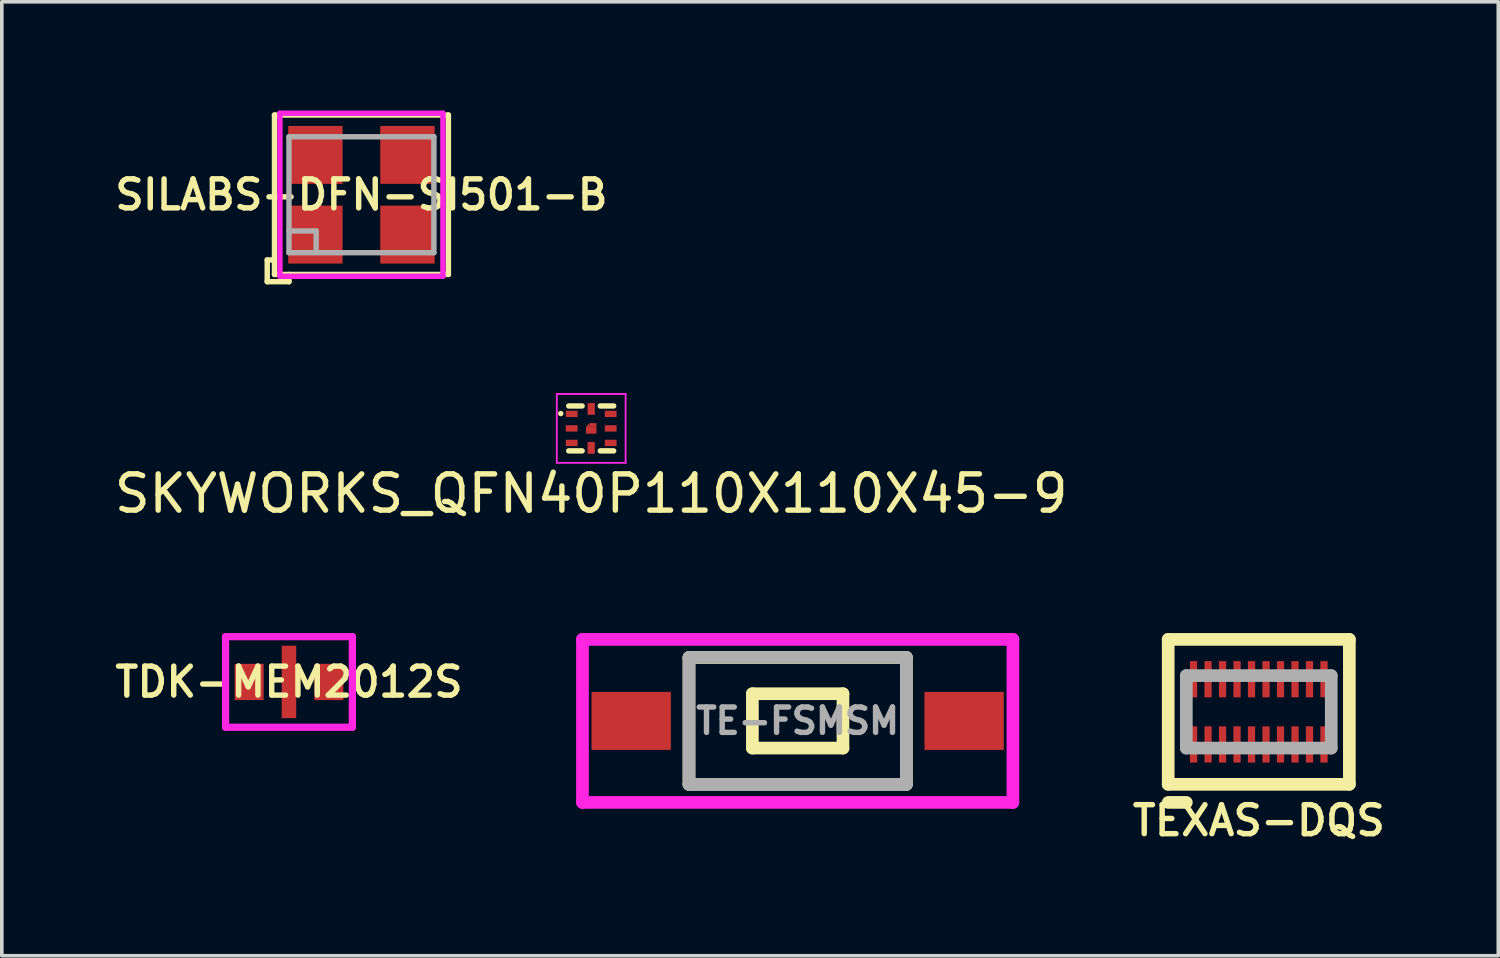
<source format=kicad_pcb>
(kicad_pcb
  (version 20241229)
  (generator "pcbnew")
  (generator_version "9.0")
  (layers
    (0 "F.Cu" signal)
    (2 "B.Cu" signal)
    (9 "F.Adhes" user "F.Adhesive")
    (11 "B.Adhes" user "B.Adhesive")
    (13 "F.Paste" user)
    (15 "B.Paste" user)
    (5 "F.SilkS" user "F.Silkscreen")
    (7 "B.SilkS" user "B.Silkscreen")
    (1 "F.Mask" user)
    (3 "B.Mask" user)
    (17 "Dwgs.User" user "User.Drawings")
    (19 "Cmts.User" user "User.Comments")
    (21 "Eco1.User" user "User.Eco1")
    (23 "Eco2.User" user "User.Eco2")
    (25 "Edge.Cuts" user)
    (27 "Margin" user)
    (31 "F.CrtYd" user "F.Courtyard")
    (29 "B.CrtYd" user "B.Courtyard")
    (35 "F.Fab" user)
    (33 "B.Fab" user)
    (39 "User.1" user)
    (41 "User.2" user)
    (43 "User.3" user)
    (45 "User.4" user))
  (footprint "SILABS-DFN-SI501-B"
    (layer "F.Cu")
    (at 6.926 2.325)
    (property "Reference" "SILABS-DFN-SI501-B" (at 0 0 0) (layer "F.SilkS") (effects (font (size 0.8 0.8) (thickness 0.15))))
    (attr smd)
    (fp_line (start -2.6 1.8) (end -2.6 2.4) (stroke (width 0.15) (type solid)) (layer "F.SilkS"))
    (fp_line (start -2.6 2.4) (end -2 2.4) (stroke (width 0.15) (type solid)) (layer "F.SilkS"))
    (fp_line (start -2.4 -2.2) (end 2.4 -2.2) (stroke (width 0.15) (type solid)) (layer "F.SilkS"))
    (fp_line (start -2.4 1.8) (end -2.6 1.8) (stroke (width 0.15) (type solid)) (layer "F.SilkS"))
    (fp_line (start -2.4 2.2) (end -2.4 -2.2) (stroke (width 0.15) (type solid)) (layer "F.SilkS"))
    (fp_line (start -2 2.4) (end -2 2.2) (stroke (width 0.15) (type solid)) (layer "F.SilkS"))
    (fp_line (start 2.4 -2.2) (end 2.4 2.2) (stroke (width 0.15) (type solid)) (layer "F.SilkS"))
    (fp_line (start 2.4 2.2) (end -2.4 2.2) (stroke (width 0.15) (type solid)) (layer "F.SilkS"))
    (fp_line (start -2.25 -2.25) (end -2.25 2.25) (stroke (width 0.15) (type solid)) (layer "F.CrtYd"))
    (fp_line (start -2.25 2.25) (end 2.25 2.25) (stroke (width 0.15) (type solid)) (layer "F.CrtYd"))
    (fp_line (start 2.25 -2.25) (end -2.25 -2.25) (stroke (width 0.15) (type solid)) (layer "F.CrtYd"))
    (fp_line (start 2.25 2.25) (end 2.25 -2.25) (stroke (width 0.15) (type solid)) (layer "F.CrtYd"))
    (fp_line (start -2 -1.6) (end 2 -1.6) (stroke (width 0.15) (type solid)) (layer "F.Fab"))
    (fp_line (start -2 1) (end -1.25 1) (stroke (width 0.15) (type solid)) (layer "F.Fab"))
    (fp_line (start -2 1.6) (end -2 -1.6) (stroke (width 0.15) (type solid)) (layer "F.Fab"))
    (fp_line (start -1.25 1) (end -1.25 1.5) (stroke (width 0.15) (type solid)) (layer "F.Fab"))
    (fp_line (start 2 -1.6) (end 2 1.6) (stroke (width 0.15) (type solid)) (layer "F.Fab"))
    (fp_line (start 2 1.6) (end -2 1.6) (stroke (width 0.15) (type solid)) (layer "F.Fab"))
    (pad "1" smd rect (at -1.27 1.1) (size 1.5 1.6) (layers "F.Cu" "F.Mask" "F.Paste"))
    (pad "2" smd rect (at 1.27 1.1) (size 1.5 1.6) (layers "F.Cu" "F.Mask" "F.Paste"))
    (pad "3" smd rect (at 1.27 -1.1) (size 1.5 1.6) (layers "F.Cu" "F.Mask" "F.Paste"))
    (pad "4" smd rect (at -1.27 -1.1) (size 1.5 1.6) (layers "F.Cu" "F.Mask" "F.Paste")))
  (footprint "TE-FSMSM"
    (layer "F.Cu")
    (at 18.967 16.848)
    (property "Reference" "TE-FSMSM" (at 0 0 0) (layer "F.Fab") (effects (font (size 0.7 0.7) (thickness 0.15))))
    (attr smd)
    (fp_line (start -3 -1.75) (end 3 -1.75) (stroke (width 0.35) (type solid)) (layer "F.SilkS"))
    (fp_line (start -3 1.75) (end -3 -1.75) (stroke (width 0.35) (type solid)) (layer "F.SilkS"))
    (fp_line (start -1.25 -0.75) (end 1.25 -0.75) (stroke (width 0.35) (type solid)) (layer "F.SilkS"))
    (fp_line (start -1.25 0.75) (end -1.25 -0.75) (stroke (width 0.35) (type solid)) (layer "F.SilkS"))
    (fp_line (start 1.25 -0.75) (end 1.25 0.75) (stroke (width 0.35) (type solid)) (layer "F.SilkS"))
    (fp_line (start 1.25 0.75) (end -1.25 0.75) (stroke (width 0.35) (type solid)) (layer "F.SilkS"))
    (fp_line (start 3 -1.75) (end 3 1.75) (stroke (width 0.35) (type solid)) (layer "F.SilkS"))
    (fp_line (start 3 1.75) (end -3 1.75) (stroke (width 0.35) (type solid)) (layer "F.SilkS"))
    (fp_line (start -5.94 -2.25) (end -5.94 2.25) (stroke (width 0.35) (type solid)) (layer "F.CrtYd"))
    (fp_line (start -5.94 2.25) (end 5.94 2.25) (stroke (width 0.35) (type solid)) (layer "F.CrtYd"))
    (fp_line (start 5.94 -2.25) (end -5.94 -2.25) (stroke (width 0.35) (type solid)) (layer "F.CrtYd"))
    (fp_line (start 5.94 2.25) (end 5.94 -2.25) (stroke (width 0.35) (type solid)) (layer "F.CrtYd"))
    (fp_line (start -3 -1.75) (end 3 -1.75) (stroke (width 0.35) (type solid)) (layer "F.Fab"))
    (fp_line (start -3 1.75) (end -3 -1.75) (stroke (width 0.35) (type solid)) (layer "F.Fab"))
    (fp_line (start 3 -1.75) (end 3 1.75) (stroke (width 0.35) (type solid)) (layer "F.Fab"))
    (fp_line (start 3 1.75) (end -3 1.75) (stroke (width 0.35) (type solid)) (layer "F.Fab"))
    (pad "1" smd rect (at -4.595 0) (size 2.19 1.6) (layers "F.Cu" "F.Mask" "F.Paste"))
    (pad "2" smd rect (at 4.595 0) (size 2.19 1.6) (layers "F.Cu" "F.Mask" "F.Paste")))
  (footprint "TEXAS-DQS"
    (layer "F.Cu")
    (at 31.694 16.598)
    (property "Reference" "TEXAS-DQS" (at 0 3 0) (layer "F.SilkS") (effects (font (size 0.8 0.8) (thickness 0.15))))
    (attr smd)
    (fp_line (start -2.5 -2) (end 2.5 -2) (stroke (width 0.35) (type solid)) (layer "F.SilkS"))
    (fp_line (start -2.5 2) (end -2.5 -2) (stroke (width 0.35) (type solid)) (layer "F.SilkS"))
    (fp_line (start -2.5 2.5) (end -2 2.5) (stroke (width 0.35) (type solid)) (layer "F.SilkS"))
    (fp_line (start 2.5 -2) (end 2.5 2) (stroke (width 0.35) (type solid)) (layer "F.SilkS"))
    (fp_line (start 2.5 2) (end -2.5 2) (stroke (width 0.35) (type solid)) (layer "F.SilkS"))
    (fp_line (start -2 -1) (end 2 -1) (stroke (width 0.35) (type solid)) (layer "F.Fab"))
    (fp_line (start -2 1) (end -2 -1) (stroke (width 0.35) (type solid)) (layer "F.Fab"))
    (fp_line (start 2 -1) (end 2 1) (stroke (width 0.35) (type solid)) (layer "F.Fab"))
    (fp_line (start 2 1) (end -2 1) (stroke (width 0.35) (type solid)) (layer "F.Fab"))
    (pad "1" smd rect (at -1.8 0.9) (size 0.2 1) (layers "F.Cu" "F.Mask" "F.Paste"))
    (pad "2" smd rect (at -1.4 0.9) (size 0.2 1) (layers "F.Cu" "F.Mask" "F.Paste"))
    (pad "3" smd rect (at -1 0.9) (size 0.2 1) (layers "F.Cu" "F.Mask" "F.Paste"))
    (pad "4" smd rect (at -0.6 0.9) (size 0.2 1) (layers "F.Cu" "F.Mask" "F.Paste"))
    (pad "5" smd rect (at -0.2 0.9) (size 0.2 1) (layers "F.Cu" "F.Mask" "F.Paste"))
    (pad "6" smd rect (at 0.2 0.9) (size 0.2 1) (layers "F.Cu" "F.Mask" "F.Paste"))
    (pad "7" smd rect (at 0.6 0.9) (size 0.2 1) (layers "F.Cu" "F.Mask" "F.Paste"))
    (pad "8" smd rect (at 1 0.9) (size 0.2 1) (layers "F.Cu" "F.Mask" "F.Paste"))
    (pad "9" smd rect (at 1.4 0.9) (size 0.2 1) (layers "F.Cu" "F.Mask" "F.Paste"))
    (pad "10" smd rect (at 1.8 0.9) (size 0.2 1) (layers "F.Cu" "F.Mask" "F.Paste"))
    (pad "11" smd rect (at 1.8 -0.9) (size 0.2 1) (layers "F.Cu" "F.Mask" "F.Paste"))
    (pad "12" smd rect (at 1.4 -0.9) (size 0.2 1) (layers "F.Cu" "F.Mask" "F.Paste"))
    (pad "13" smd rect (at 1 -0.9) (size 0.2 1) (layers "F.Cu" "F.Mask" "F.Paste"))
    (pad "14" smd rect (at 0.6 -0.9) (size 0.2 1) (layers "F.Cu" "F.Mask" "F.Paste"))
    (pad "15" smd rect (at 0.2 -0.9) (size 0.2 1) (layers "F.Cu" "F.Mask" "F.Paste"))
    (pad "16" smd rect (at -0.2 -0.9) (size 0.2 1) (layers "F.Cu" "F.Mask" "F.Paste"))
    (pad "17" smd rect (at -0.6 -0.9) (size 0.2 1) (layers "F.Cu" "F.Mask" "F.Paste"))
    (pad "18" smd rect (at -1 -0.9) (size 0.2 1) (layers "F.Cu" "F.Mask" "F.Paste"))
    (pad "19" smd rect (at -1.4 -0.9) (size 0.2 1) (layers "F.Cu" "F.Mask" "F.Paste"))
    (pad "20" smd rect (at -1.8 -0.9) (size 0.2 1) (layers "F.Cu" "F.Mask" "F.Paste")))
  (footprint "SKYWORKS_QFN40P110X110X45-9"
    (layer "F.Cu")
    (at 13.268 8.775)
    (property "Reference" "SKYWORKS_QFN40P110X110X45-9" (at 0 1.8 0) (layer "F.SilkS") (effects (font (size 1 1) (thickness 0.15))))
    (attr through_hole)
    (fp_line (start -0.84 -0.41) (end -0.84 -0.41) (stroke (width 0.15) (type solid)) (layer "F.SilkS"))
    (fp_line (start -0.62 -0.62) (end -0.25 -0.62) (stroke (width 0.15) (type solid)) (layer "F.SilkS"))
    (fp_line (start -0.62 0.62) (end -0.25 0.62) (stroke (width 0.15) (type solid)) (layer "F.SilkS"))
    (fp_line (start 0.25 -0.62) (end 0.62 -0.62) (stroke (width 0.15) (type solid)) (layer "F.SilkS"))
    (fp_line (start 0.25 0.62) (end 0.62 0.62) (stroke (width 0.15) (type solid)) (layer "F.SilkS"))
    (fp_line (start -0.95 -0.95) (end -0.95 0.95) (stroke (width 0.05) (type solid)) (layer "F.CrtYd"))
    (fp_line (start -0.95 -0.95) (end 0.95 -0.95) (stroke (width 0.05) (type solid)) (layer "F.CrtYd"))
    (fp_line (start 0.95 0.95) (end -0.95 0.95) (stroke (width 0.05) (type solid)) (layer "F.CrtYd"))
    (fp_line (start 0.95 0.95) (end 0.95 -0.95) (stroke (width 0.05) (type solid)) (layer "F.CrtYd"))
    (pad "" smd rect (at 0 0) (size 0.29 0.29) (layers "F.Mask"))
    (pad "1" smd rect (at -0.538 -0.4) (size 0.325 0.175) (layers "F.Cu" "F.Mask" "F.Paste"))
    (pad "2" smd rect (at -0.538 0) (size 0.325 0.175) (layers "F.Cu" "F.Mask" "F.Paste"))
    (pad "3" smd rect (at -0.538 0.4) (size 0.325 0.175) (layers "F.Cu" "F.Mask" "F.Paste"))
    (pad "4" smd rect (at 0 0.538) (size 0.2 0.325) (layers "F.Cu" "F.Mask" "F.Paste"))
    (pad "5" smd rect (at 0.538 0.4) (size 0.325 0.175) (layers "F.Cu" "F.Mask" "F.Paste"))
    (pad "6" smd rect (at 0.538 0) (size 0.325 0.175) (layers "F.Cu" "F.Mask" "F.Paste"))
    (pad "7" smd rect (at 0.538 -0.4) (size 0.325 0.175) (layers "F.Cu" "F.Mask" "F.Paste"))
    (pad "8" smd rect (at 0 -0.538) (size 0.2 0.325) (layers "F.Cu" "F.Mask" "F.Paste"))
    (pad "9" smd trapezoid (at -0.045 -0.045 225) (size 0.071 0.071) (rect_delta 0 0.071) (drill (offset 0 0.035)) (layers "F.Cu" "F.Paste"))
    (pad "9" smd rect (at 0 -0.045) (size 0.19 0.1) (drill (offset 0.05 -0.05)) (layers "F.Cu" "F.Paste"))
    (pad "9" smd rect (at 0 0) (size 0.29 0.19) (drill (offset 0 0.05)) (layers "F.Cu" "F.Paste")))
  (footprint "TDK-MEM2012S"
    (layer "F.Cu")
    (at 4.926 15.773)
    (property "Reference" "TDK-MEM2012S" (at 0 0 0) (layer "F.SilkS") (effects (font (size 0.8 0.8) (thickness 0.15))))
    (attr smd)
    (fp_line (start -1.75 -1.25) (end 1.75 -1.25) (stroke (width 0.2) (type solid)) (layer "F.CrtYd"))
    (fp_line (start -1.75 1.25) (end -1.75 -1.25) (stroke (width 0.2) (type solid)) (layer "F.CrtYd"))
    (fp_line (start 1.75 -1.25) (end 1.75 1.25) (stroke (width 0.2) (type solid)) (layer "F.CrtYd"))
    (fp_line (start 1.75 1.25) (end -1.75 1.25) (stroke (width 0.2) (type solid)) (layer "F.CrtYd"))
    (pad "1" smd rect (at -1.1 0) (size 0.8 1) (layers "F.Cu" "F.Mask" "F.Paste"))
    (pad "2" smd rect (at 0 0) (size 0.4 2) (layers "F.Cu" "F.Mask" "F.Paste"))
    (pad "3" smd rect (at 1.1 0) (size 0.8 1) (layers "F.Cu" "F.Mask" "F.Paste")))
  (gr_rect
    (start -3 -3)
    (end 38.305 23.329)
    (stroke (width 0.1) (type default))
    (fill no)
    (layer "Edge.Cuts")))
</source>
